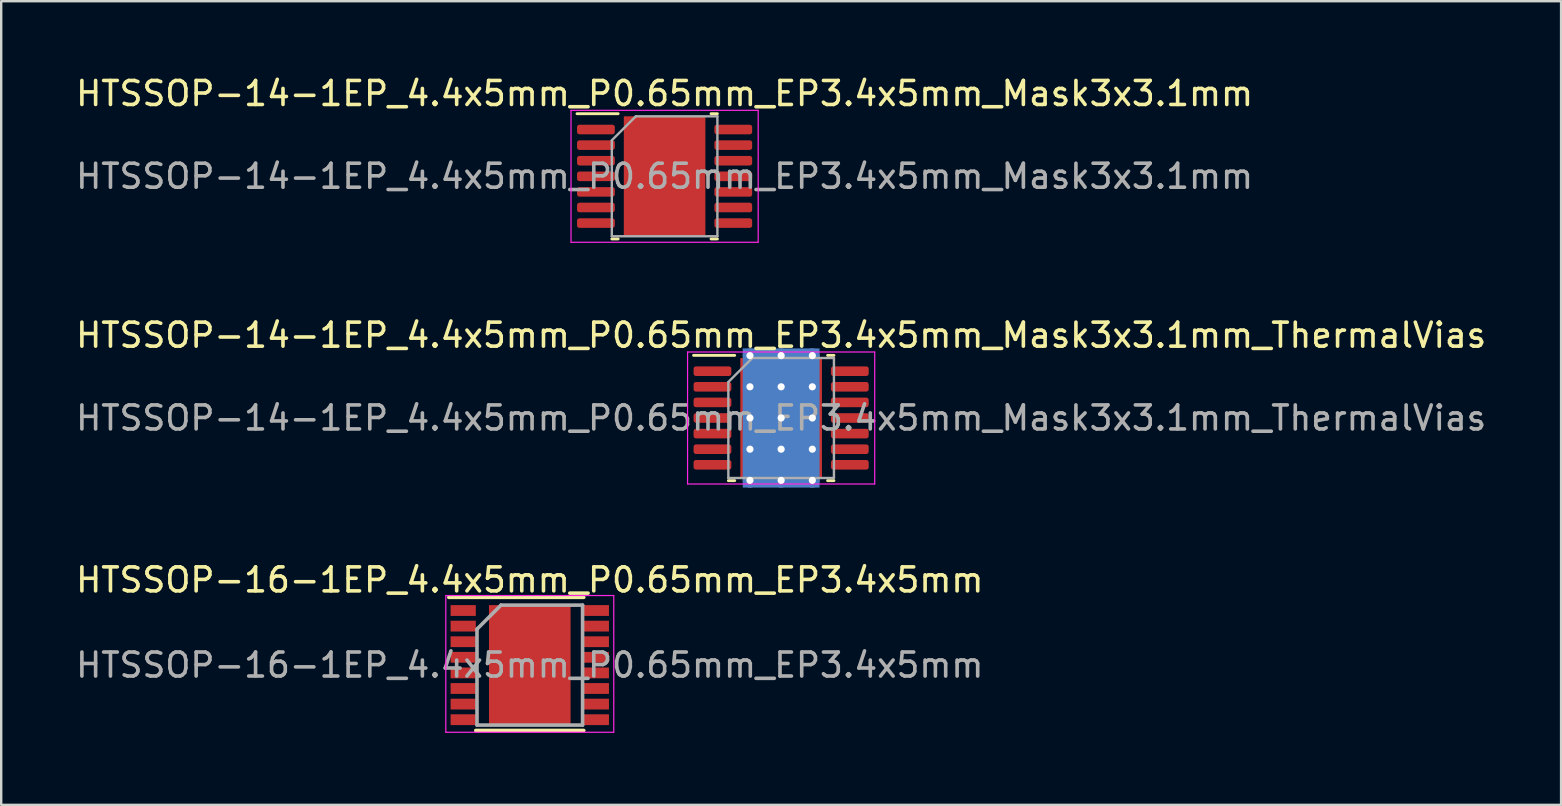
<source format=kicad_pcb>
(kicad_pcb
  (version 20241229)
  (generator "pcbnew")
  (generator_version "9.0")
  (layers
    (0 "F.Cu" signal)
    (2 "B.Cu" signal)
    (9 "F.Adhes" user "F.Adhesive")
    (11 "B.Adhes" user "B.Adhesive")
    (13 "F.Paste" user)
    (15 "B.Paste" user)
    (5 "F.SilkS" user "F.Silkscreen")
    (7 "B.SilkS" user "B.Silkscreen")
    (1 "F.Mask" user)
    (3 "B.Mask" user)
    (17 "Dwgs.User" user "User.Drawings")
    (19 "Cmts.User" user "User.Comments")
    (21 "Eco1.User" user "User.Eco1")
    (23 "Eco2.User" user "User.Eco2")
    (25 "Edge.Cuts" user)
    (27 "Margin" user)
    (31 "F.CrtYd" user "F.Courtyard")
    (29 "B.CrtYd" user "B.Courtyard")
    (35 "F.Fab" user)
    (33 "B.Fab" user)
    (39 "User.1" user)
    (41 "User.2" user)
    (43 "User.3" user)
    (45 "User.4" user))
  (footprint "HTSSOP-14-1EP_4.4x5mm_P0.65mm_EP3.4x5mm_Mask3x3.1mm"
    (layer "F.Cu")
    (at 24.649 4.298)
    (property "Reference" "HTSSOP-14-1EP_4.4x5mm_P0.65mm_EP3.4x5mm_Mask3x3.1mm" (at 0 -3.45 0) (layer "F.SilkS") (effects (font (size 1 1) (thickness 0.15))))
    (attr smd)
    (fp_line (start -1.936 -2.61) (end -3.65 -2.61) (stroke (width 0.12) (type solid)) (layer "F.SilkS"))
    (fp_line (start -1.936 2.61) (end -2.2 2.61) (stroke (width 0.12) (type solid)) (layer "F.SilkS"))
    (fp_line (start 1.936 -2.61) (end 2.2 -2.61) (stroke (width 0.12) (type solid)) (layer "F.SilkS"))
    (fp_line (start 1.936 2.61) (end 2.2 2.61) (stroke (width 0.12) (type solid)) (layer "F.SilkS"))
    (fp_line (start -3.9 -2.75) (end -3.9 2.75) (stroke (width 0.05) (type solid)) (layer "F.CrtYd"))
    (fp_line (start -3.9 2.75) (end 3.9 2.75) (stroke (width 0.05) (type solid)) (layer "F.CrtYd"))
    (fp_line (start 3.9 -2.75) (end -3.9 -2.75) (stroke (width 0.05) (type solid)) (layer "F.CrtYd"))
    (fp_line (start 3.9 2.75) (end 3.9 -2.75) (stroke (width 0.05) (type solid)) (layer "F.CrtYd"))
    (fp_line (start -2.2 -1.5) (end -1.2 -2.5) (stroke (width 0.1) (type solid)) (layer "F.Fab"))
    (fp_line (start -2.2 2.5) (end -2.2 -1.5) (stroke (width 0.1) (type solid)) (layer "F.Fab"))
    (fp_line (start -1.2 -2.5) (end 2.2 -2.5) (stroke (width 0.1) (type solid)) (layer "F.Fab"))
    (fp_line (start 2.2 -2.5) (end 2.2 2.5) (stroke (width 0.1) (type solid)) (layer "F.Fab"))
    (fp_line (start 2.2 2.5) (end -2.2 2.5) (stroke (width 0.1) (type solid)) (layer "F.Fab"))
    (fp_text user "${REFERENCE}" (at 0 0 0) (layer "F.Fab") (effects (font (size 1 1) (thickness 0.15))))
    (pad "" smd roundrect (at -0.75 -0.775) (size 1.21 1.25) (layers "F.Paste") (roundrect_rratio 0.207))
    (pad "" smd roundrect (at -0.75 0.775) (size 1.21 1.25) (layers "F.Paste") (roundrect_rratio 0.207))
    (pad "" smd rect (at 0 0) (size 3 3.1) (layers "F.Mask"))
    (pad "" smd roundrect (at 0.75 -0.775) (size 1.21 1.25) (layers "F.Paste") (roundrect_rratio 0.207))
    (pad "" smd roundrect (at 0.75 0.775) (size 1.21 1.25) (layers "F.Paste") (roundrect_rratio 0.207))
    (pad "1" smd roundrect (at -2.862 -1.95) (size 1.575 0.4) (layers "F.Cu" "F.Mask" "F.Paste") (roundrect_rratio 0.25))
    (pad "2" smd roundrect (at -2.862 -1.3) (size 1.575 0.4) (layers "F.Cu" "F.Mask" "F.Paste") (roundrect_rratio 0.25))
    (pad "3" smd roundrect (at -2.862 -0.65) (size 1.575 0.4) (layers "F.Cu" "F.Mask" "F.Paste") (roundrect_rratio 0.25))
    (pad "4" smd roundrect (at -2.862 0) (size 1.575 0.4) (layers "F.Cu" "F.Mask" "F.Paste") (roundrect_rratio 0.25))
    (pad "5" smd roundrect (at -2.862 0.65) (size 1.575 0.4) (layers "F.Cu" "F.Mask" "F.Paste") (roundrect_rratio 0.25))
    (pad "6" smd roundrect (at -2.862 1.3) (size 1.575 0.4) (layers "F.Cu" "F.Mask" "F.Paste") (roundrect_rratio 0.25))
    (pad "7" smd roundrect (at -2.862 1.95) (size 1.575 0.4) (layers "F.Cu" "F.Mask" "F.Paste") (roundrect_rratio 0.25))
    (pad "8" smd roundrect (at 2.862 1.95) (size 1.575 0.4) (layers "F.Cu" "F.Mask" "F.Paste") (roundrect_rratio 0.25))
    (pad "9" smd roundrect (at 2.862 1.3) (size 1.575 0.4) (layers "F.Cu" "F.Mask" "F.Paste") (roundrect_rratio 0.25))
    (pad "10" smd roundrect (at 2.862 0.65) (size 1.575 0.4) (layers "F.Cu" "F.Mask" "F.Paste") (roundrect_rratio 0.25))
    (pad "11" smd roundrect (at 2.862 0) (size 1.575 0.4) (layers "F.Cu" "F.Mask" "F.Paste") (roundrect_rratio 0.25))
    (pad "12" smd roundrect (at 2.862 -0.65) (size 1.575 0.4) (layers "F.Cu" "F.Mask" "F.Paste") (roundrect_rratio 0.25))
    (pad "13" smd roundrect (at 2.862 -1.3) (size 1.575 0.4) (layers "F.Cu" "F.Mask" "F.Paste") (roundrect_rratio 0.25))
    (pad "14" smd roundrect (at 2.862 -1.95) (size 1.575 0.4) (layers "F.Cu" "F.Mask" "F.Paste") (roundrect_rratio 0.25))
    (pad "15" smd rect (at 0 0) (size 3.4 5) (layers "F.Cu")))
  (footprint "HTSSOP-16-1EP_4.4x5mm_P0.65mm_EP3.4x5mm"
    (layer "F.Cu")
    (at 19.03 24.67)
    (property "Reference" "HTSSOP-16-1EP_4.4x5mm_P0.65mm_EP3.4x5mm" (at 0 -3.55 0) (layer "F.SilkS") (effects (font (size 1 1) (thickness 0.15))))
    (attr smd)
    (fp_line (start -3.375 -2.825) (end 2.25 -2.825) (stroke (width 0.15) (type solid)) (layer "F.SilkS"))
    (fp_line (start -2.25 2.725) (end 2.25 2.725) (stroke (width 0.15) (type solid)) (layer "F.SilkS"))
    (fp_line (start -3.5 -2.9) (end -3.5 2.8) (stroke (width 0.05) (type solid)) (layer "F.CrtYd"))
    (fp_line (start -3.5 -2.9) (end 3.5 -2.9) (stroke (width 0.05) (type solid)) (layer "F.CrtYd"))
    (fp_line (start -3.5 2.8) (end 3.5 2.8) (stroke (width 0.05) (type solid)) (layer "F.CrtYd"))
    (fp_line (start 3.5 -2.9) (end 3.5 2.8) (stroke (width 0.05) (type solid)) (layer "F.CrtYd"))
    (fp_line (start -2.2 -1.5) (end -1.2 -2.5) (stroke (width 0.15) (type solid)) (layer "F.Fab"))
    (fp_line (start -2.2 2.5) (end -2.2 -1.5) (stroke (width 0.15) (type solid)) (layer "F.Fab"))
    (fp_line (start -1.2 -2.5) (end 2.2 -2.5) (stroke (width 0.15) (type solid)) (layer "F.Fab"))
    (fp_line (start 2.2 -2.5) (end 2.2 2.5) (stroke (width 0.15) (type solid)) (layer "F.Fab"))
    (fp_line (start 2.2 2.5) (end -2.2 2.5) (stroke (width 0.15) (type solid)) (layer "F.Fab"))
    (fp_text user "${REFERENCE}" (at 0 0 0) (layer "F.Fab") (effects (font (size 1 1) (thickness 0.15))))
    (pad "" smd rect (at -1.133 -1.875) (size 0.88 1.05) (layers "F.Paste"))
    (pad "" smd rect (at -1.133 -0.625) (size 0.88 1.05) (layers "F.Paste"))
    (pad "" smd rect (at -1.133 0.625) (size 0.88 1.05) (layers "F.Paste"))
    (pad "" smd rect (at -1.133 1.875) (size 0.88 1.05) (layers "F.Paste"))
    (pad "" smd rect (at 0 -1.875) (size 0.88 1.05) (layers "F.Paste"))
    (pad "" smd rect (at 0 -0.625) (size 0.88 1.05) (layers "F.Paste"))
    (pad "" smd rect (at 0 0.625) (size 0.88 1.05) (layers "F.Paste"))
    (pad "" smd rect (at 0 1.875) (size 0.88 1.05) (layers "F.Paste"))
    (pad "" smd rect (at 1.133 -1.875) (size 0.88 1.05) (layers "F.Paste"))
    (pad "" smd rect (at 1.133 -0.625) (size 0.88 1.05) (layers "F.Paste"))
    (pad "" smd rect (at 1.133 0.625) (size 0.88 1.05) (layers "F.Paste"))
    (pad "" smd rect (at 1.133 1.875) (size 0.88 1.05) (layers "F.Paste"))
    (pad "1" smd rect (at -2.775 -2.275) (size 1.05 0.45) (layers "F.Cu" "F.Mask" "F.Paste"))
    (pad "2" smd rect (at -2.775 -1.625) (size 1.05 0.45) (layers "F.Cu" "F.Mask" "F.Paste"))
    (pad "3" smd rect (at -2.775 -0.975) (size 1.05 0.45) (layers "F.Cu" "F.Mask" "F.Paste"))
    (pad "4" smd rect (at -2.775 -0.325) (size 1.05 0.45) (layers "F.Cu" "F.Mask" "F.Paste"))
    (pad "5" smd rect (at -2.775 0.325) (size 1.05 0.45) (layers "F.Cu" "F.Mask" "F.Paste"))
    (pad "6" smd rect (at -2.775 0.975) (size 1.05 0.45) (layers "F.Cu" "F.Mask" "F.Paste"))
    (pad "7" smd rect (at -2.775 1.625) (size 1.05 0.45) (layers "F.Cu" "F.Mask" "F.Paste"))
    (pad "8" smd rect (at -2.775 2.275) (size 1.05 0.45) (layers "F.Cu" "F.Mask" "F.Paste"))
    (pad "9" smd rect (at 2.775 2.275) (size 1.05 0.45) (layers "F.Cu" "F.Mask" "F.Paste"))
    (pad "10" smd rect (at 2.775 1.625) (size 1.05 0.45) (layers "F.Cu" "F.Mask" "F.Paste"))
    (pad "11" smd rect (at 2.775 0.975) (size 1.05 0.45) (layers "F.Cu" "F.Mask" "F.Paste"))
    (pad "12" smd rect (at 2.775 0.325) (size 1.05 0.45) (layers "F.Cu" "F.Mask" "F.Paste"))
    (pad "13" smd rect (at 2.775 -0.325) (size 1.05 0.45) (layers "F.Cu" "F.Mask" "F.Paste"))
    (pad "14" smd rect (at 2.775 -0.975) (size 1.05 0.45) (layers "F.Cu" "F.Mask" "F.Paste"))
    (pad "15" smd rect (at 2.775 -1.625) (size 1.05 0.45) (layers "F.Cu" "F.Mask" "F.Paste"))
    (pad "16" smd rect (at 2.775 -2.275) (size 1.05 0.45) (layers "F.Cu" "F.Mask" "F.Paste"))
    (pad "17" smd rect (at 0 0) (size 3.4 5) (layers "F.Cu" "F.Mask")))
  (footprint "HTSSOP-14-1EP_4.4x5mm_P0.65mm_EP3.4x5mm_Mask3x3.1mm_ThermalVias"
    (layer "F.Cu")
    (at 29.506 14.371)
    (property "Reference" "HTSSOP-14-1EP_4.4x5mm_P0.65mm_EP3.4x5mm_Mask3x3.1mm_ThermalVias" (at 0 -3.45 0) (layer "F.SilkS") (effects (font (size 1 1) (thickness 0.15))))
    (attr smd)
    (fp_line (start -1.936 -2.61) (end -3.65 -2.61) (stroke (width 0.12) (type solid)) (layer "F.SilkS"))
    (fp_line (start -1.936 2.61) (end -2.2 2.61) (stroke (width 0.12) (type solid)) (layer "F.SilkS"))
    (fp_line (start 1.936 -2.61) (end 2.2 -2.61) (stroke (width 0.12) (type solid)) (layer "F.SilkS"))
    (fp_line (start 1.936 2.61) (end 2.2 2.61) (stroke (width 0.12) (type solid)) (layer "F.SilkS"))
    (fp_line (start -3.9 -2.75) (end -3.9 2.75) (stroke (width 0.05) (type solid)) (layer "F.CrtYd"))
    (fp_line (start -3.9 2.75) (end 3.9 2.75) (stroke (width 0.05) (type solid)) (layer "F.CrtYd"))
    (fp_line (start 3.9 -2.75) (end -3.9 -2.75) (stroke (width 0.05) (type solid)) (layer "F.CrtYd"))
    (fp_line (start 3.9 2.75) (end 3.9 -2.75) (stroke (width 0.05) (type solid)) (layer "F.CrtYd"))
    (fp_line (start -2.2 -1.5) (end -1.2 -2.5) (stroke (width 0.1) (type solid)) (layer "F.Fab"))
    (fp_line (start -2.2 2.5) (end -2.2 -1.5) (stroke (width 0.1) (type solid)) (layer "F.Fab"))
    (fp_line (start -1.2 -2.5) (end 2.2 -2.5) (stroke (width 0.1) (type solid)) (layer "F.Fab"))
    (fp_line (start 2.2 -2.5) (end 2.2 2.5) (stroke (width 0.1) (type solid)) (layer "F.Fab"))
    (fp_line (start 2.2 2.5) (end -2.2 2.5) (stroke (width 0.1) (type solid)) (layer "F.Fab"))
    (fp_text user "${REFERENCE}" (at 0 0 0) (layer "F.Fab") (effects (font (size 1 1) (thickness 0.15))))
    (pad "" smd roundrect (at -0.75 -0.775) (size 1.21 1.25) (layers "F.Paste") (roundrect_rratio 0.207))
    (pad "" smd roundrect (at -0.75 0.775) (size 1.21 1.25) (layers "F.Paste") (roundrect_rratio 0.207))
    (pad "" smd rect (at 0 0) (size 3 3.1) (layers "F.Mask"))
    (pad "" smd roundrect (at 0.75 -0.775) (size 1.21 1.25) (layers "F.Paste") (roundrect_rratio 0.207))
    (pad "" smd roundrect (at 0.75 0.775) (size 1.21 1.25) (layers "F.Paste") (roundrect_rratio 0.207))
    (pad "1" smd roundrect (at -2.862 -1.95) (size 1.575 0.4) (layers "F.Cu" "F.Mask" "F.Paste") (roundrect_rratio 0.25))
    (pad "2" smd roundrect (at -2.862 -1.3) (size 1.575 0.4) (layers "F.Cu" "F.Mask" "F.Paste") (roundrect_rratio 0.25))
    (pad "3" smd roundrect (at -2.862 -0.65) (size 1.575 0.4) (layers "F.Cu" "F.Mask" "F.Paste") (roundrect_rratio 0.25))
    (pad "4" smd roundrect (at -2.862 0) (size 1.575 0.4) (layers "F.Cu" "F.Mask" "F.Paste") (roundrect_rratio 0.25))
    (pad "5" smd roundrect (at -2.862 0.65) (size 1.575 0.4) (layers "F.Cu" "F.Mask" "F.Paste") (roundrect_rratio 0.25))
    (pad "6" smd roundrect (at -2.862 1.3) (size 1.575 0.4) (layers "F.Cu" "F.Mask" "F.Paste") (roundrect_rratio 0.25))
    (pad "7" smd roundrect (at -2.862 1.95) (size 1.575 0.4) (layers "F.Cu" "F.Mask" "F.Paste") (roundrect_rratio 0.25))
    (pad "8" smd roundrect (at 2.862 1.95) (size 1.575 0.4) (layers "F.Cu" "F.Mask" "F.Paste") (roundrect_rratio 0.25))
    (pad "9" smd roundrect (at 2.862 1.3) (size 1.575 0.4) (layers "F.Cu" "F.Mask" "F.Paste") (roundrect_rratio 0.25))
    (pad "10" smd roundrect (at 2.862 0.65) (size 1.575 0.4) (layers "F.Cu" "F.Mask" "F.Paste") (roundrect_rratio 0.25))
    (pad "11" smd roundrect (at 2.862 0) (size 1.575 0.4) (layers "F.Cu" "F.Mask" "F.Paste") (roundrect_rratio 0.25))
    (pad "12" smd roundrect (at 2.862 -0.65) (size 1.575 0.4) (layers "F.Cu" "F.Mask" "F.Paste") (roundrect_rratio 0.25))
    (pad "13" smd roundrect (at 2.862 -1.3) (size 1.575 0.4) (layers "F.Cu" "F.Mask" "F.Paste") (roundrect_rratio 0.25))
    (pad "14" smd roundrect (at 2.862 -1.95) (size 1.575 0.4) (layers "F.Cu" "F.Mask" "F.Paste") (roundrect_rratio 0.25))
    (pad "15" thru_hole circle (at -1.3 -2.6) (size 0.6 0.6) (drill 0.3) (layers "*.Cu"))
    (pad "15" thru_hole circle (at -1.3 -1.3) (size 0.6 0.6) (drill 0.3) (layers "*.Cu"))
    (pad "15" thru_hole circle (at -1.3 0) (size 0.6 0.6) (drill 0.3) (layers "*.Cu"))
    (pad "15" thru_hole circle (at -1.3 1.3) (size 0.6 0.6) (drill 0.3) (layers "*.Cu"))
    (pad "15" thru_hole circle (at -1.3 2.6) (size 0.6 0.6) (drill 0.3) (layers "*.Cu"))
    (pad "15" thru_hole circle (at 0 -2.6) (size 0.6 0.6) (drill 0.3) (layers "*.Cu"))
    (pad "15" thru_hole circle (at 0 -1.3) (size 0.6 0.6) (drill 0.3) (layers "*.Cu"))
    (pad "15" thru_hole circle (at 0 0) (size 0.6 0.6) (drill 0.3) (layers "*.Cu"))
    (pad "15" smd rect (at 0 0) (size 3.2 5.8) (layers "B.Cu"))
    (pad "15" smd rect (at 0 0) (size 3.4 5) (layers "F.Cu"))
    (pad "15" thru_hole circle (at 0 1.3) (size 0.6 0.6) (drill 0.3) (layers "*.Cu"))
    (pad "15" thru_hole circle (at 0 2.6) (size 0.6 0.6) (drill 0.3) (layers "*.Cu"))
    (pad "15" thru_hole circle (at 1.3 -2.6) (size 0.6 0.6) (drill 0.3) (layers "*.Cu"))
    (pad "15" thru_hole circle (at 1.3 -1.3) (size 0.6 0.6) (drill 0.3) (layers "*.Cu"))
    (pad "15" thru_hole circle (at 1.3 0) (size 0.6 0.6) (drill 0.3) (layers "*.Cu"))
    (pad "15" thru_hole circle (at 1.3 1.3) (size 0.6 0.6) (drill 0.3) (layers "*.Cu"))
    (pad "15" thru_hole circle (at 1.3 2.6) (size 0.6 0.6) (drill 0.3) (layers "*.Cu")))
  (gr_rect
    (start -3 -3)
    (end 62.012 30.495)
    (stroke (width 0.1) (type default))
    (fill no)
    (layer "Edge.Cuts")))
</source>
